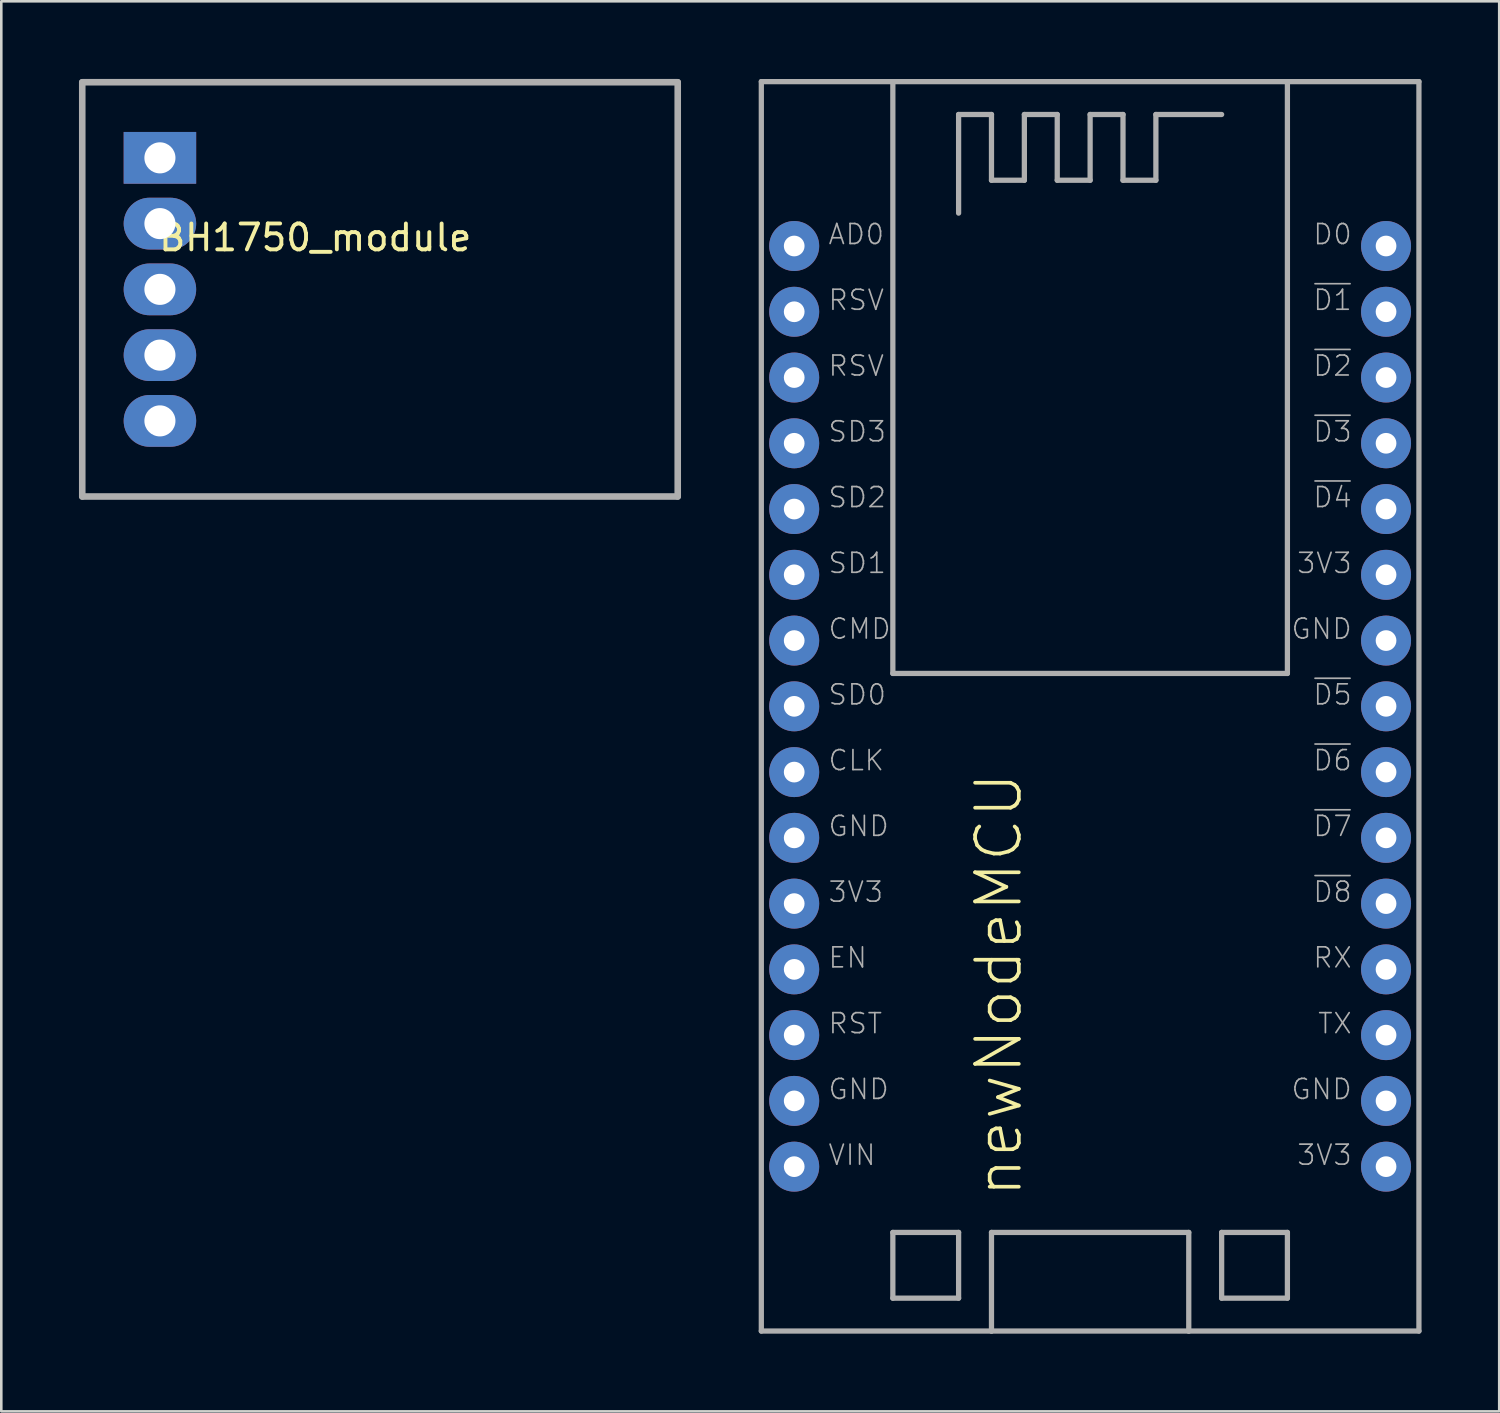
<source format=kicad_pcb>
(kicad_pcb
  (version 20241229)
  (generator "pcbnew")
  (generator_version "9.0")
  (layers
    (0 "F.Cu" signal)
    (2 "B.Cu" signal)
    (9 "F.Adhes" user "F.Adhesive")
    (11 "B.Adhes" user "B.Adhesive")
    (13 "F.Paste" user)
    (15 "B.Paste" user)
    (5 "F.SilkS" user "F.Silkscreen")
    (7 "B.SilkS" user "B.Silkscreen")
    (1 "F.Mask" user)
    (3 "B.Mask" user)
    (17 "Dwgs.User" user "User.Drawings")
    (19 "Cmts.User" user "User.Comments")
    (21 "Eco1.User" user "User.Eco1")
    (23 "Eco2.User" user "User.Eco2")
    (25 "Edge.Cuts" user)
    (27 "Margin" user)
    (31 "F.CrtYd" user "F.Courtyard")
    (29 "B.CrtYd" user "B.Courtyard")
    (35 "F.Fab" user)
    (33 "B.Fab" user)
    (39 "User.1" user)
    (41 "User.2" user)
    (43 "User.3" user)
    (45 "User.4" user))
  (footprint "newNodeMCU"
    (layer "F.Cu")
    (at 39.056 24.232)
    (property "Reference" "newNodeMCU" (at -2.54 19.05 90) (layer "F.SilkS") (effects (font (size 1.689 1.689) (thickness 0.142)) (justify left bottom)))
    (attr through_hole)
    (fp_line (start -12.7 -24.13) (end -7.62 -24.13) (stroke (width 0.203) (type solid)) (layer "F.Fab"))
    (fp_line (start -12.7 24.13) (end -12.7 -24.13) (stroke (width 0.203) (type solid)) (layer "F.Fab"))
    (fp_line (start -12.7 24.13) (end -3.81 24.13) (stroke (width 0.203) (type solid)) (layer "F.Fab"))
    (fp_line (start -7.62 -24.13) (end -7.62 -1.27) (stroke (width 0.203) (type solid)) (layer "F.Fab"))
    (fp_line (start -7.62 -24.13) (end 7.62 -24.13) (stroke (width 0.203) (type solid)) (layer "F.Fab"))
    (fp_line (start -7.62 -1.27) (end 7.62 -1.27) (stroke (width 0.203) (type solid)) (layer "F.Fab"))
    (fp_line (start -7.62 20.32) (end -5.08 20.32) (stroke (width 0.203) (type solid)) (layer "F.Fab"))
    (fp_line (start -7.62 22.86) (end -7.62 20.32) (stroke (width 0.203) (type solid)) (layer "F.Fab"))
    (fp_line (start -5.08 -22.86) (end -3.81 -22.86) (stroke (width 0.203) (type solid)) (layer "F.Fab"))
    (fp_line (start -5.08 -19.05) (end -5.08 -22.86) (stroke (width 0.203) (type solid)) (layer "F.Fab"))
    (fp_line (start -5.08 20.32) (end -5.08 22.86) (stroke (width 0.203) (type solid)) (layer "F.Fab"))
    (fp_line (start -5.08 22.86) (end -7.62 22.86) (stroke (width 0.203) (type solid)) (layer "F.Fab"))
    (fp_line (start -3.81 -22.86) (end -3.81 -20.32) (stroke (width 0.203) (type solid)) (layer "F.Fab"))
    (fp_line (start -3.81 -20.32) (end -2.54 -20.32) (stroke (width 0.203) (type solid)) (layer "F.Fab"))
    (fp_line (start -3.81 20.32) (end 3.81 20.32) (stroke (width 0.203) (type solid)) (layer "F.Fab"))
    (fp_line (start -3.81 24.13) (end -3.81 20.32) (stroke (width 0.203) (type solid)) (layer "F.Fab"))
    (fp_line (start -3.81 24.13) (end 3.81 24.13) (stroke (width 0.203) (type solid)) (layer "F.Fab"))
    (fp_line (start -2.54 -22.86) (end -1.27 -22.86) (stroke (width 0.203) (type solid)) (layer "F.Fab"))
    (fp_line (start -2.54 -20.32) (end -2.54 -22.86) (stroke (width 0.203) (type solid)) (layer "F.Fab"))
    (fp_line (start -1.27 -22.86) (end -1.27 -20.32) (stroke (width 0.203) (type solid)) (layer "F.Fab"))
    (fp_line (start -1.27 -20.32) (end 0 -20.32) (stroke (width 0.203) (type solid)) (layer "F.Fab"))
    (fp_line (start 0 -22.86) (end 1.27 -22.86) (stroke (width 0.203) (type solid)) (layer "F.Fab"))
    (fp_line (start 0 -20.32) (end 0 -22.86) (stroke (width 0.203) (type solid)) (layer "F.Fab"))
    (fp_line (start 1.27 -22.86) (end 1.27 -20.32) (stroke (width 0.203) (type solid)) (layer "F.Fab"))
    (fp_line (start 1.27 -20.32) (end 2.54 -20.32) (stroke (width 0.203) (type solid)) (layer "F.Fab"))
    (fp_line (start 2.54 -22.86) (end 5.08 -22.86) (stroke (width 0.203) (type solid)) (layer "F.Fab"))
    (fp_line (start 2.54 -20.32) (end 2.54 -22.86) (stroke (width 0.203) (type solid)) (layer "F.Fab"))
    (fp_line (start 3.81 20.32) (end 3.81 24.13) (stroke (width 0.203) (type solid)) (layer "F.Fab"))
    (fp_line (start 3.81 24.13) (end 12.7 24.13) (stroke (width 0.203) (type solid)) (layer "F.Fab"))
    (fp_line (start 5.08 20.32) (end 5.08 22.86) (stroke (width 0.203) (type solid)) (layer "F.Fab"))
    (fp_line (start 5.08 22.86) (end 7.62 22.86) (stroke (width 0.203) (type solid)) (layer "F.Fab"))
    (fp_line (start 7.62 -24.13) (end 12.7 -24.13) (stroke (width 0.203) (type solid)) (layer "F.Fab"))
    (fp_line (start 7.62 -1.27) (end 7.62 -24.13) (stroke (width 0.203) (type solid)) (layer "F.Fab"))
    (fp_line (start 7.62 20.32) (end 5.08 20.32) (stroke (width 0.203) (type solid)) (layer "F.Fab"))
    (fp_line (start 7.62 22.86) (end 7.62 20.32) (stroke (width 0.203) (type solid)) (layer "F.Fab"))
    (fp_line (start 12.7 -24.13) (end 12.7 24.13) (stroke (width 0.203) (type solid)) (layer "F.Fab"))
    (fp_text user "GND" (at -10.16 5.08 0) (layer "F.Fab") (effects (font (size 0.772 0.772) (thickness 0.065)) (justify left bottom)))
    (fp_text user "~{D1}" (at 10.16 -15.24 0) (layer "F.Fab") (effects (font (size 0.772 0.772) (thickness 0.065)) (justify right bottom)))
    (fp_text user "CMD" (at -10.16 -2.54 0) (layer "F.Fab") (effects (font (size 0.772 0.772) (thickness 0.065)) (justify left bottom)))
    (fp_text user "SD1" (at -10.16 -5.08 0) (layer "F.Fab") (effects (font (size 0.772 0.772) (thickness 0.065)) (justify left bottom)))
    (fp_text user "~{D5}" (at 10.16 0 0) (layer "F.Fab") (effects (font (size 0.772 0.772) (thickness 0.065)) (justify right bottom)))
    (fp_text user "RSV" (at -10.16 -12.7 0) (layer "F.Fab") (effects (font (size 0.772 0.772) (thickness 0.065)) (justify left bottom)))
    (fp_text user "~{D2}" (at 10.16 -12.7 0) (layer "F.Fab") (effects (font (size 0.772 0.772) (thickness 0.065)) (justify right bottom)))
    (fp_text user "VIN" (at -10.16 17.78 0) (layer "F.Fab") (effects (font (size 0.772 0.772) (thickness 0.065)) (justify left bottom)))
    (fp_text user "~{D3}" (at 10.16 -10.16 0) (layer "F.Fab") (effects (font (size 0.772 0.772) (thickness 0.065)) (justify right bottom)))
    (fp_text user "GND" (at -10.16 15.24 0) (layer "F.Fab") (effects (font (size 0.772 0.772) (thickness 0.065)) (justify left bottom)))
    (fp_text user "~{D7}" (at 10.16 5.08 0) (layer "F.Fab") (effects (font (size 0.772 0.772) (thickness 0.065)) (justify right bottom)))
    (fp_text user "RSV" (at -10.16 -15.24 0) (layer "F.Fab") (effects (font (size 0.772 0.772) (thickness 0.065)) (justify left bottom)))
    (fp_text user "SD3" (at -10.16 -10.16 0) (layer "F.Fab") (effects (font (size 0.772 0.772) (thickness 0.065)) (justify left bottom)))
    (fp_text user "CLK" (at -10.16 2.54 0) (layer "F.Fab") (effects (font (size 0.772 0.772) (thickness 0.065)) (justify left bottom)))
    (fp_text user "~{D6}" (at 10.16 2.54 0) (layer "F.Fab") (effects (font (size 0.772 0.772) (thickness 0.065)) (justify right bottom)))
    (fp_text user "~{D8}" (at 10.16 7.62 0) (layer "F.Fab") (effects (font (size 0.772 0.772) (thickness 0.065)) (justify right bottom)))
    (fp_text user "3V3" (at -10.16 7.62 0) (layer "F.Fab") (effects (font (size 0.772 0.772) (thickness 0.065)) (justify left bottom)))
    (fp_text user "RX" (at 10.16 10.16 0) (layer "F.Fab") (effects (font (size 0.772 0.772) (thickness 0.065)) (justify right bottom)))
    (fp_text user "~{D4}" (at 10.16 -7.62 0) (layer "F.Fab") (effects (font (size 0.772 0.772) (thickness 0.065)) (justify right bottom)))
    (fp_text user "EN" (at -10.16 10.16 0) (layer "F.Fab") (effects (font (size 0.772 0.772) (thickness 0.065)) (justify left bottom)))
    (fp_text user "D0" (at 10.16 -17.78 0) (layer "F.Fab") (effects (font (size 0.772 0.772) (thickness 0.065)) (justify right bottom)))
    (fp_text user "TX" (at 10.16 12.7 0) (layer "F.Fab") (effects (font (size 0.772 0.772) (thickness 0.065)) (justify right bottom)))
    (fp_text user "GND" (at 10.16 15.24 0) (layer "F.Fab") (effects (font (size 0.772 0.772) (thickness 0.065)) (justify right bottom)))
    (fp_text user "AD0" (at -10.16 -17.78 0) (layer "F.Fab") (effects (font (size 0.772 0.772) (thickness 0.065)) (justify left bottom)))
    (fp_text user "GND" (at 10.16 -2.54 0) (layer "F.Fab") (effects (font (size 0.772 0.772) (thickness 0.065)) (justify right bottom)))
    (fp_text user "SD0" (at -10.16 0 0) (layer "F.Fab") (effects (font (size 0.772 0.772) (thickness 0.065)) (justify left bottom)))
    (fp_text user "RST" (at -10.16 12.7 0) (layer "F.Fab") (effects (font (size 0.772 0.772) (thickness 0.065)) (justify left bottom)))
    (fp_text user "3V3" (at 10.16 17.78 0) (layer "F.Fab") (effects (font (size 0.772 0.772) (thickness 0.065)) (justify right bottom)))
    (fp_text user "SD2" (at -10.16 -7.62 0) (layer "F.Fab") (effects (font (size 0.772 0.772) (thickness 0.065)) (justify left bottom)))
    (fp_text user "3V3" (at 10.16 -5.08 0) (layer "F.Fab") (effects (font (size 0.772 0.772) (thickness 0.065)) (justify right bottom)))
    (pad "3V3@0" thru_hole circle (at -11.43 7.62) (size 1.93 1.93) (drill 0.8) (layers "*.Cu" "*.Mask"))
    (pad "3V3@1" thru_hole circle (at 11.43 -5.08) (size 1.93 1.93) (drill 0.8) (layers "*.Cu" "*.Mask"))
    (pad "3V3@2" thru_hole circle (at 11.43 17.78) (size 1.93 1.93) (drill 0.8) (layers "*.Cu" "*.Mask"))
    (pad "AD0" thru_hole circle (at -11.43 -17.78) (size 1.93 1.93) (drill 0.8) (layers "*.Cu" "*.Mask"))
    (pad "CLK" thru_hole circle (at -11.43 2.54) (size 1.93 1.93) (drill 0.8) (layers "*.Cu" "*.Mask"))
    (pad "CMD" thru_hole circle (at -11.43 -2.54) (size 1.93 1.93) (drill 0.8) (layers "*.Cu" "*.Mask"))
    (pad "D0" thru_hole circle (at 11.43 -17.78) (size 1.93 1.93) (drill 0.8) (layers "*.Cu" "*.Mask"))
    (pad "D1" thru_hole circle (at 11.43 -15.24) (size 1.93 1.93) (drill 0.8) (layers "*.Cu" "*.Mask"))
    (pad "D2" thru_hole circle (at 11.43 -12.7) (size 1.93 1.93) (drill 0.8) (layers "*.Cu" "*.Mask"))
    (pad "D3" thru_hole circle (at 11.43 -10.16) (size 1.93 1.93) (drill 0.8) (layers "*.Cu" "*.Mask"))
    (pad "D4" thru_hole circle (at 11.43 -7.62) (size 1.93 1.93) (drill 0.8) (layers "*.Cu" "*.Mask"))
    (pad "D5" thru_hole circle (at 11.43 0) (size 1.93 1.93) (drill 0.8) (layers "*.Cu" "*.Mask"))
    (pad "D6" thru_hole circle (at 11.43 2.54) (size 1.93 1.93) (drill 0.8) (layers "*.Cu" "*.Mask"))
    (pad "D7" thru_hole circle (at 11.43 5.08) (size 1.93 1.93) (drill 0.8) (layers "*.Cu" "*.Mask"))
    (pad "D8" thru_hole circle (at 11.43 7.62) (size 1.93 1.93) (drill 0.8) (layers "*.Cu" "*.Mask"))
    (pad "EN" thru_hole circle (at -11.43 10.16) (size 1.93 1.93) (drill 0.8) (layers "*.Cu" "*.Mask"))
    (pad "GND@0" thru_hole circle (at -11.43 5.08) (size 1.93 1.93) (drill 0.8) (layers "*.Cu" "*.Mask"))
    (pad "GND@1" thru_hole circle (at -11.43 15.24) (size 1.93 1.93) (drill 0.8) (layers "*.Cu" "*.Mask"))
    (pad "GND@2" thru_hole circle (at 11.43 -2.54) (size 1.93 1.93) (drill 0.8) (layers "*.Cu" "*.Mask"))
    (pad "GND@3" thru_hole circle (at 11.43 15.24) (size 1.93 1.93) (drill 0.8) (layers "*.Cu" "*.Mask"))
    (pad "RST" thru_hole circle (at -11.43 12.7) (size 1.93 1.93) (drill 0.8) (layers "*.Cu" "*.Mask"))
    (pad "RSV@0" thru_hole circle (at -11.43 -15.24) (size 1.93 1.93) (drill 0.8) (layers "*.Cu" "*.Mask"))
    (pad "RSV@1" thru_hole circle (at -11.43 -12.7) (size 1.93 1.93) (drill 0.8) (layers "*.Cu" "*.Mask"))
    (pad "RX" thru_hole circle (at 11.43 10.16) (size 1.93 1.93) (drill 0.8) (layers "*.Cu" "*.Mask"))
    (pad "SD0" thru_hole circle (at -11.43 0) (size 1.93 1.93) (drill 0.8) (layers "*.Cu" "*.Mask"))
    (pad "SD1" thru_hole circle (at -11.43 -5.08) (size 1.93 1.93) (drill 0.8) (layers "*.Cu" "*.Mask"))
    (pad "SD2" thru_hole circle (at -11.43 -7.62) (size 1.93 1.93) (drill 0.8) (layers "*.Cu" "*.Mask"))
    (pad "SD3" thru_hole circle (at -11.43 -10.16) (size 1.93 1.93) (drill 0.8) (layers "*.Cu" "*.Mask"))
    (pad "TX" thru_hole circle (at 11.43 12.7) (size 1.93 1.93) (drill 0.8) (layers "*.Cu" "*.Mask"))
    (pad "VIN" thru_hole circle (at -11.43 17.78) (size 1.93 1.93) (drill 0.8) (layers "*.Cu" "*.Mask")))
  (footprint "BH1750_module"
    (layer "F.Cu")
    (at 3.127 8.127)
    (property "Reference" "BH1750_module" (at 6 -2 0) (layer "F.SilkS") (effects (font (size 1 1) (thickness 0.15))))
    (attr through_hole)
    (fp_line (start -3 -8) (end 20 -8) (stroke (width 0.254) (type solid)) (layer "F.Fab"))
    (fp_line (start -3 8) (end -3 -8) (stroke (width 0.254) (type solid)) (layer "F.Fab"))
    (fp_line (start -3 8) (end 20 8) (stroke (width 0.254) (type solid)) (layer "F.Fab"))
    (fp_line (start 20 8) (end 20 -8) (stroke (width 0.254) (type solid)) (layer "F.Fab"))
    (pad "1" thru_hole rect (at 0 -5.08 270) (size 2 2.8) (drill 1.2) (layers "*.Cu" "*.Mask"))
    (pad "2" thru_hole oval (at 0 -2.54 270) (size 2 2.8) (drill 1.2) (layers "*.Cu" "*.Mask"))
    (pad "3" thru_hole oval (at 0 0 270) (size 2 2.8) (drill 1.2) (layers "*.Cu" "*.Mask"))
    (pad "4" thru_hole oval (at 0 2.54 270) (size 2 2.8) (drill 1.2) (layers "*.Cu" "*.Mask"))
    (pad "5" thru_hole oval (at 0 5.08 270) (size 2 2.8) (drill 1.2) (layers "*.Cu" "*.Mask")))
  (gr_rect
    (start -3 -3)
    (end 54.857 51.463)
    (stroke (width 0.1) (type default))
    (fill no)
    (layer "Edge.Cuts")))
</source>
